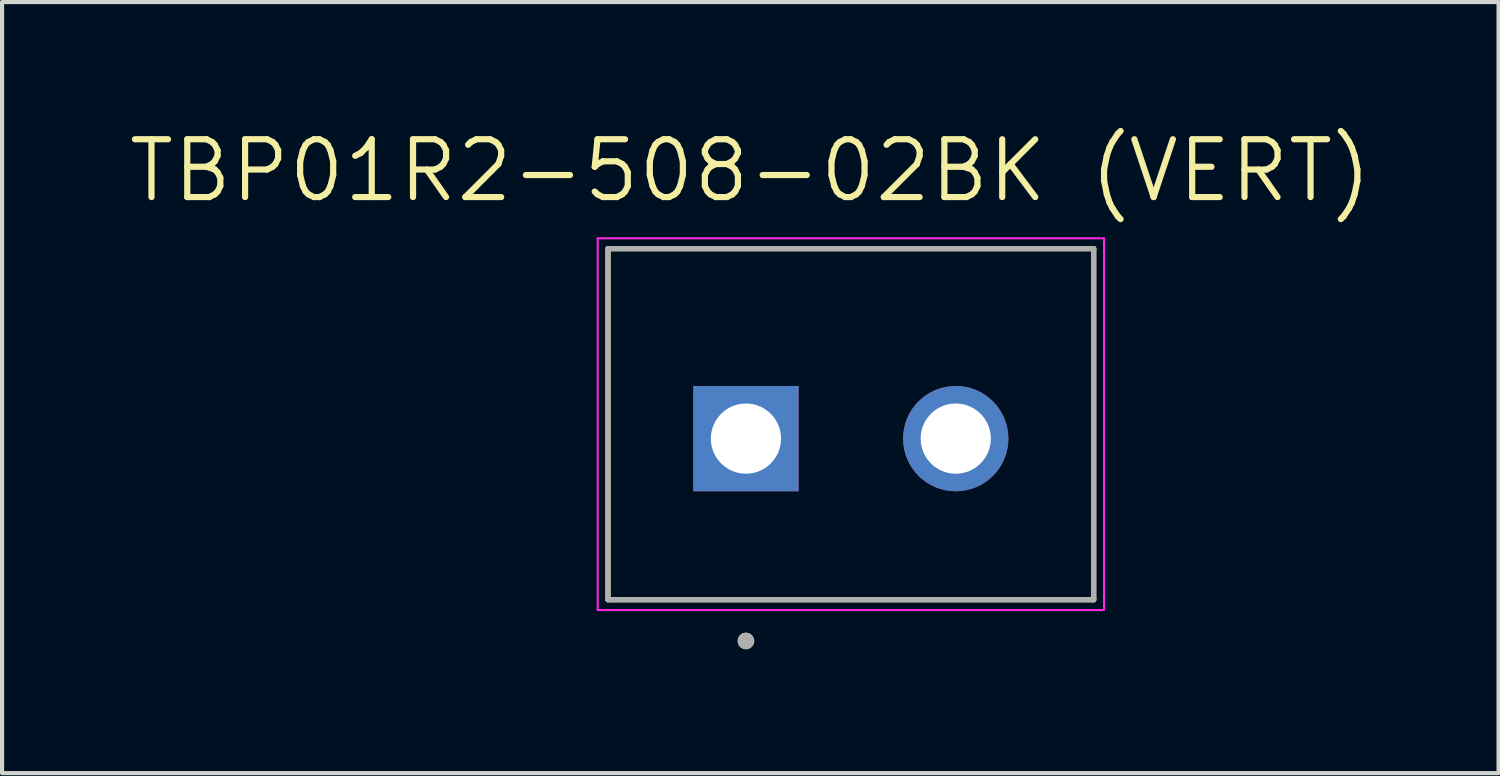
<source format=kicad_pcb>
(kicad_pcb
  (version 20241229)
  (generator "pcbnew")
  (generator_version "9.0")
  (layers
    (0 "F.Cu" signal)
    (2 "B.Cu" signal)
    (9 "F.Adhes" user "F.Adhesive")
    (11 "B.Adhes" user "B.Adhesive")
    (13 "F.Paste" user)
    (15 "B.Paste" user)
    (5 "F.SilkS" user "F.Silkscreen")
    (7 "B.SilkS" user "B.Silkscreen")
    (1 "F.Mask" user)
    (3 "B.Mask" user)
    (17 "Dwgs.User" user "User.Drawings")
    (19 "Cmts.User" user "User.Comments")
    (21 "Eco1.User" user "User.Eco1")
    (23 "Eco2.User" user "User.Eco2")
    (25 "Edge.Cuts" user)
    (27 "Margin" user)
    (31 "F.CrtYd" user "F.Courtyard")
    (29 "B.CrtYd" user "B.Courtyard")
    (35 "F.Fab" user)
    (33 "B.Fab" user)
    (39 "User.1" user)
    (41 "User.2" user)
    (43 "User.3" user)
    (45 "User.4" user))
  (footprint "TBP01R2-508-02BK (VERT)"
    (layer "F.Cu")
    (at 15.013 7.571)
    (property "Reference" "TBP01R2-508-02BK (VERT)" (at 0.105 -6.489 0) (layer "F.SilkS") (effects (font (size 1.4 1.4) (thickness 0.15))))
    (attr through_hole)
    (fp_line (start -3.34 -4.6) (end 8.42 -4.6) (stroke (width 0.127) (type solid)) (layer "F.SilkS"))
    (fp_line (start -3.34 3.9) (end -3.34 -4.6) (stroke (width 0.127) (type solid)) (layer "F.SilkS"))
    (fp_line (start 8.42 -4.6) (end 8.42 3.9) (stroke (width 0.127) (type solid)) (layer "F.SilkS"))
    (fp_line (start 8.42 3.9) (end -3.34 3.9) (stroke (width 0.127) (type solid)) (layer "F.SilkS"))
    (fp_circle (center 0 4.9) (end 0.1 4.9) (stroke (width 0.2) (type solid)) (fill no) (layer "F.SilkS"))
    (fp_line (start -3.59 -4.85) (end 8.67 -4.85) (stroke (width 0.05) (type solid)) (layer "F.CrtYd"))
    (fp_line (start -3.59 4.15) (end -3.59 -4.85) (stroke (width 0.05) (type solid)) (layer "F.CrtYd"))
    (fp_line (start 8.67 -4.85) (end 8.67 4.15) (stroke (width 0.05) (type solid)) (layer "F.CrtYd"))
    (fp_line (start 8.67 4.15) (end -3.59 4.15) (stroke (width 0.05) (type solid)) (layer "F.CrtYd"))
    (fp_line (start -3.34 -4.6) (end 8.42 -4.6) (stroke (width 0.127) (type solid)) (layer "F.Fab"))
    (fp_line (start -3.34 3.9) (end -3.34 -4.6) (stroke (width 0.127) (type solid)) (layer "F.Fab"))
    (fp_line (start 8.42 -4.6) (end 8.42 3.9) (stroke (width 0.127) (type solid)) (layer "F.Fab"))
    (fp_line (start 8.42 3.9) (end -3.34 3.9) (stroke (width 0.127) (type solid)) (layer "F.Fab"))
    (fp_circle (center 0 4.9) (end 0.1 4.9) (stroke (width 0.2) (type solid)) (fill no) (layer "F.Fab"))
    (pad "1" thru_hole rect (at 0 0) (size 2.55 2.55) (drill 1.7) (layers "*.Cu" "*.Mask"))
    (pad "2" thru_hole circle (at 5.08 0) (size 2.55 2.55) (drill 1.7) (layers "*.Cu" "*.Mask")))
  (gr_rect
    (start -3 -3)
    (end 33.237 15.671)
    (stroke (width 0.1) (type default))
    (fill no)
    (layer "Edge.Cuts")))
</source>
